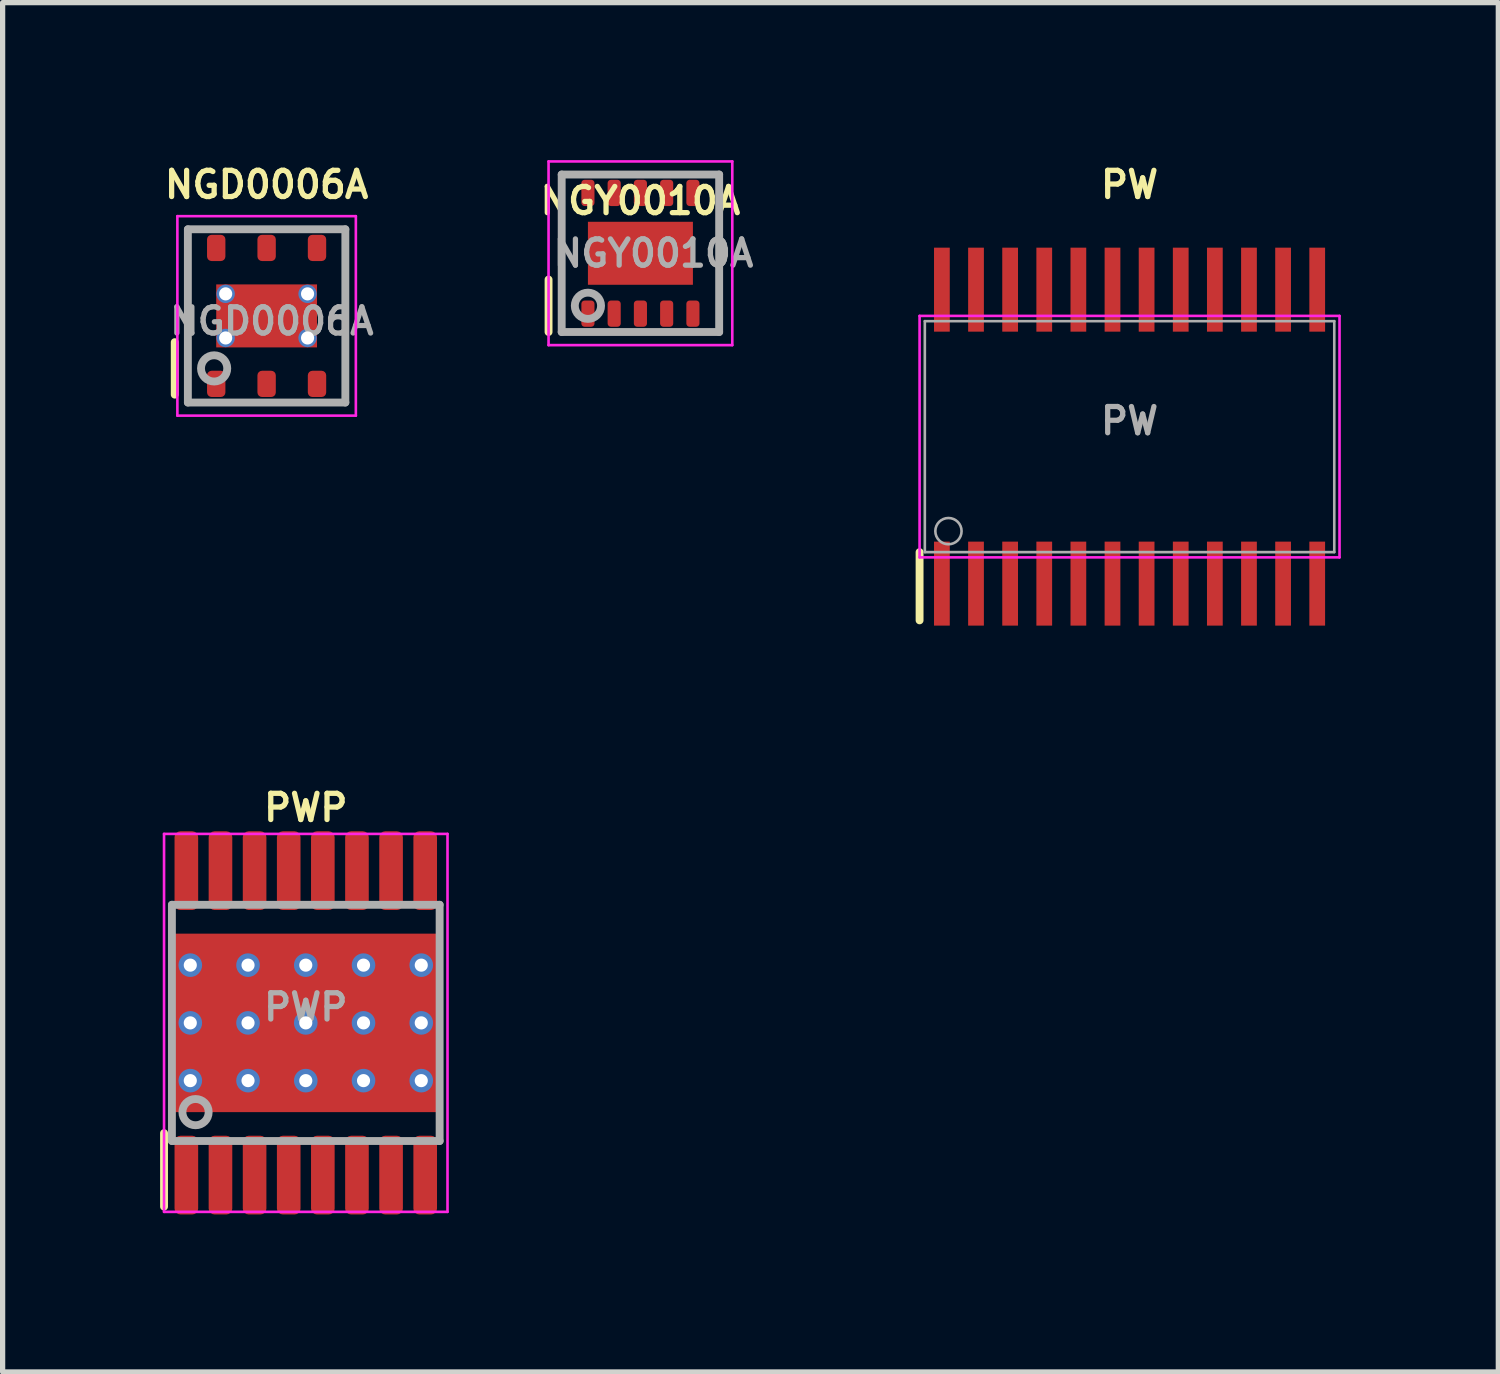
<source format=kicad_pcb>
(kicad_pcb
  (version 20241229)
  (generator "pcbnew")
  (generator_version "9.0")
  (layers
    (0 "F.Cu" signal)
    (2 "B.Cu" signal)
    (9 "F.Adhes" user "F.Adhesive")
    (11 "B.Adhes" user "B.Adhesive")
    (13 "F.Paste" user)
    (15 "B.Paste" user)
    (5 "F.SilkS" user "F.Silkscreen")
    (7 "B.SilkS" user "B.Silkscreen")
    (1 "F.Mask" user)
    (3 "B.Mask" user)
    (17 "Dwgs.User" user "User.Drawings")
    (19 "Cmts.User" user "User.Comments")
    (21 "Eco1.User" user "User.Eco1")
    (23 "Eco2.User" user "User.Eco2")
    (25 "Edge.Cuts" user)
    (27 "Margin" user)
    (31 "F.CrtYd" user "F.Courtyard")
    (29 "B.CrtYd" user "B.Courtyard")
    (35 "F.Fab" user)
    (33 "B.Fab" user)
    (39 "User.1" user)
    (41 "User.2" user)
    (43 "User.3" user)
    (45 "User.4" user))
  (footprint "NGY0010A"
    (layer "F.Cu")
    (at 9.15 1.775)
    (property "Reference" "NGY0010A" (at 0 -1 0) (layer "F.SilkS") (effects (font (size 0.5 0.5) (thickness 0.1))))
    (attr smd)
    (fp_line (start -1.75 1.5) (end -1.75 0.5) (stroke (width 0.15) (type solid)) (layer "F.SilkS"))
    (fp_line (start -1.75 -1.75) (end -1.75 1.75) (stroke (width 0.05) (type solid)) (layer "F.CrtYd"))
    (fp_line (start -1.75 1.75) (end 1.75 1.75) (stroke (width 0.05) (type solid)) (layer "F.CrtYd"))
    (fp_line (start 1.75 -1.75) (end -1.75 -1.75) (stroke (width 0.05) (type solid)) (layer "F.CrtYd"))
    (fp_line (start 1.75 1.75) (end 1.75 -1.75) (stroke (width 0.05) (type solid)) (layer "F.CrtYd"))
    (fp_line (start -1.5 -1.5) (end -1.5 1.5) (stroke (width 0.15) (type solid)) (layer "F.Fab"))
    (fp_line (start -1.5 -1.5) (end 1.5 -1.5) (stroke (width 0.15) (type solid)) (layer "F.Fab"))
    (fp_line (start -1.5 1.5) (end 1.5 1.5) (stroke (width 0.15) (type solid)) (layer "F.Fab"))
    (fp_line (start 1.5 -1.5) (end 1.5 1.5) (stroke (width 0.15) (type solid)) (layer "F.Fab"))
    (fp_circle (center -1 1) (end -0.75 1) (stroke (width 0.15) (type solid)) (fill no) (layer "F.Fab"))
    (fp_text user "${REFERENCE}" (at 0.25 0 0) (layer "F.Fab") (effects (font (size 0.5 0.5) (thickness 0.1))))
    (pad "1" smd roundrect (at -1 1.15) (size 0.25 0.5) (layers "F.Cu" "F.Mask" "F.Paste") (roundrect_rratio 0.25))
    (pad "2" smd roundrect (at -0.5 1.15) (size 0.25 0.5) (layers "F.Cu" "F.Mask" "F.Paste") (roundrect_rratio 0.25))
    (pad "3" smd roundrect (at 0 1.15) (size 0.25 0.5) (layers "F.Cu" "F.Mask" "F.Paste") (roundrect_rratio 0.25))
    (pad "4" smd roundrect (at 0.5 1.15) (size 0.25 0.5) (layers "F.Cu" "F.Mask" "F.Paste") (roundrect_rratio 0.25))
    (pad "5" smd roundrect (at 1 1.15) (size 0.25 0.5) (layers "F.Cu" "F.Mask" "F.Paste") (roundrect_rratio 0.25))
    (pad "6" smd roundrect (at 1 -1.15) (size 0.25 0.5) (layers "F.Cu" "F.Mask" "F.Paste") (roundrect_rratio 0.25))
    (pad "7" smd roundrect (at 0.5 -1.15) (size 0.25 0.5) (layers "F.Cu" "F.Mask" "F.Paste") (roundrect_rratio 0.25))
    (pad "8" smd roundrect (at 0 -1.15) (size 0.25 0.5) (layers "F.Cu" "F.Mask" "F.Paste") (roundrect_rratio 0.25))
    (pad "9" smd roundrect (at -0.5 -1.15) (size 0.25 0.5) (layers "F.Cu" "F.Mask" "F.Paste") (roundrect_rratio 0.25))
    (pad "10" smd roundrect (at -1 -1.15) (size 0.25 0.5) (layers "F.Cu" "F.Mask" "F.Paste") (roundrect_rratio 0.25))
    (pad "11" smd rect (at 0 0) (size 2 1.2) (layers "F.Cu" "F.Mask" "F.Paste")))
  (footprint "NGD0006A"
    (layer "F.Cu")
    (at 2.029 2.968)
    (property "Reference" "NGD0006A" (at 0 -2.5 0) (layer "F.SilkS") (effects (font (size 0.5 0.5) (thickness 0.1))))
    (attr smd)
    (fp_line (start -1.75 1.5) (end -1.75 0.5) (stroke (width 0.15) (type solid)) (layer "F.SilkS"))
    (fp_line (start -1.7 -1.9) (end -1.7 1.9) (stroke (width 0.05) (type solid)) (layer "F.CrtYd"))
    (fp_line (start -1.7 1.9) (end 1.7 1.9) (stroke (width 0.05) (type solid)) (layer "F.CrtYd"))
    (fp_line (start 1.7 -1.9) (end -1.7 -1.9) (stroke (width 0.05) (type solid)) (layer "F.CrtYd"))
    (fp_line (start 1.7 1.9) (end 1.7 -1.9) (stroke (width 0.05) (type solid)) (layer "F.CrtYd"))
    (fp_line (start -1.5 -1.65) (end -1.5 1.65) (stroke (width 0.15) (type solid)) (layer "F.Fab"))
    (fp_line (start -1.5 -1.65) (end 1.5 -1.65) (stroke (width 0.15) (type solid)) (layer "F.Fab"))
    (fp_line (start -1.5 1.65) (end 1.5 1.65) (stroke (width 0.15) (type solid)) (layer "F.Fab"))
    (fp_line (start 1.5 -1.65) (end 1.5 1.65) (stroke (width 0.15) (type solid)) (layer "F.Fab"))
    (fp_circle (center -1 1) (end -0.75 1) (stroke (width 0.15) (type solid)) (fill no) (layer "F.Fab"))
    (fp_text user "${REFERENCE}" (at 0.1 0.1 0) (layer "F.Fab") (effects (font (size 0.5 0.5) (thickness 0.1))))
    (pad "1" smd roundrect (at -0.96 1.295) (size 0.35 0.5) (layers "F.Cu" "F.Mask" "F.Paste") (roundrect_rratio 0.25))
    (pad "2" smd roundrect (at 0 1.295) (size 0.35 0.5) (layers "F.Cu" "F.Mask" "F.Paste") (roundrect_rratio 0.25))
    (pad "3" smd roundrect (at 0.96 1.295) (size 0.35 0.5) (layers "F.Cu" "F.Mask" "F.Paste") (roundrect_rratio 0.25))
    (pad "4" smd roundrect (at 0.96 -1.295) (size 0.35 0.5) (layers "F.Cu" "F.Mask" "F.Paste") (roundrect_rratio 0.25))
    (pad "5" smd roundrect (at 0 -1.295) (size 0.35 0.5) (layers "F.Cu" "F.Mask" "F.Paste") (roundrect_rratio 0.25))
    (pad "6" smd roundrect (at -0.96 -1.295) (size 0.35 0.5) (layers "F.Cu" "F.Mask" "F.Paste") (roundrect_rratio 0.25))
    (pad "7" thru_hole circle (at -0.78 -0.42) (size 0.35 0.35) (drill 0.25) (layers "*.Cu" "F.Mask"))
    (pad "7" thru_hole circle (at -0.78 0.42) (size 0.35 0.35) (drill 0.25) (layers "*.Cu" "F.Mask"))
    (pad "7" smd rect (at 0 0) (size 1.92 1.2) (layers "F.Cu" "F.Mask" "F.Paste"))
    (pad "7" thru_hole circle (at 0.78 -0.42) (size 0.35 0.35) (drill 0.25) (layers "*.Cu" "F.Mask"))
    (pad "7" thru_hole circle (at 0.78 0.42) (size 0.35 0.35) (drill 0.25) (layers "*.Cu" "F.Mask")))
  (footprint "PW"
    (layer "F.Cu")
    (at 18.468 5.268)
    (property "Reference" "PW" (at 0 -4.8 0) (layer "F.SilkS") (effects (font (size 0.5 0.5) (thickness 0.1))))
    (attr smd)
    (fp_line (start -4 3.5) (end -4 2.2) (stroke (width 0.15) (type solid)) (layer "F.SilkS"))
    (fp_line (start -4 -2.3) (end -4 2.3) (stroke (width 0.05) (type solid)) (layer "F.CrtYd"))
    (fp_line (start -4 2.3) (end 4 2.3) (stroke (width 0.05) (type solid)) (layer "F.CrtYd"))
    (fp_line (start 4 -2.3) (end -4 -2.3) (stroke (width 0.05) (type solid)) (layer "F.CrtYd"))
    (fp_line (start 4 2.3) (end 4 -2.3) (stroke (width 0.05) (type solid)) (layer "F.CrtYd"))
    (fp_line (start -3.9 -2.2) (end -3.9 2.2) (stroke (width 0.05) (type solid)) (layer "F.Fab"))
    (fp_line (start -3.9 -2.2) (end 3.9 -2.2) (stroke (width 0.05) (type solid)) (layer "F.Fab"))
    (fp_line (start -3.9 2.2) (end 3.9 2.2) (stroke (width 0.05) (type solid)) (layer "F.Fab"))
    (fp_line (start 3.9 -2.2) (end 3.9 2.2) (stroke (width 0.05) (type solid)) (layer "F.Fab"))
    (fp_circle (center -3.45 1.8) (end -3.2 1.8) (stroke (width 0.05) (type solid)) (fill no) (layer "F.Fab"))
    (fp_text user "${REFERENCE}" (at 0 -0.3 0) (layer "F.Fab") (effects (font (size 0.5 0.5) (thickness 0.1))))
    (pad "1" smd rect (at -3.575 2.8) (size 0.3 1.6) (layers "F.Cu" "F.Mask" "F.Paste"))
    (pad "2" smd rect (at -2.925 2.8) (size 0.3 1.6) (layers "F.Cu" "F.Mask" "F.Paste"))
    (pad "3" smd rect (at -2.275 2.8) (size 0.3 1.6) (layers "F.Cu" "F.Mask" "F.Paste"))
    (pad "4" smd rect (at -1.625 2.8) (size 0.3 1.6) (layers "F.Cu" "F.Mask" "F.Paste"))
    (pad "5" smd rect (at -0.975 2.8) (size 0.3 1.6) (layers "F.Cu" "F.Mask" "F.Paste"))
    (pad "6" smd rect (at -0.325 2.8) (size 0.3 1.6) (layers "F.Cu" "F.Mask" "F.Paste"))
    (pad "7" smd rect (at 0.325 2.8) (size 0.3 1.6) (layers "F.Cu" "F.Mask" "F.Paste"))
    (pad "8" smd rect (at 0.975 2.8) (size 0.3 1.6) (layers "F.Cu" "F.Mask" "F.Paste"))
    (pad "9" smd rect (at 1.625 2.8) (size 0.3 1.6) (layers "F.Cu" "F.Mask" "F.Paste"))
    (pad "10" smd rect (at 2.275 2.8) (size 0.3 1.6) (layers "F.Cu" "F.Mask" "F.Paste"))
    (pad "11" smd rect (at 2.925 2.8) (size 0.3 1.6) (layers "F.Cu" "F.Mask" "F.Paste"))
    (pad "12" smd rect (at 3.575 2.8) (size 0.3 1.6) (layers "F.Cu" "F.Mask" "F.Paste"))
    (pad "13" smd rect (at 3.575 -2.8) (size 0.3 1.6) (layers "F.Cu" "F.Mask" "F.Paste"))
    (pad "14" smd rect (at 2.925 -2.8) (size 0.3 1.6) (layers "F.Cu" "F.Mask" "F.Paste"))
    (pad "15" smd rect (at 2.275 -2.8) (size 0.3 1.6) (layers "F.Cu" "F.Mask" "F.Paste"))
    (pad "16" smd rect (at 1.625 -2.8) (size 0.3 1.6) (layers "F.Cu" "F.Mask" "F.Paste"))
    (pad "17" smd rect (at 0.975 -2.8) (size 0.3 1.6) (layers "F.Cu" "F.Mask" "F.Paste"))
    (pad "18" smd rect (at 0.325 -2.8) (size 0.3 1.6) (layers "F.Cu" "F.Mask" "F.Paste"))
    (pad "19" smd rect (at -0.325 -2.8) (size 0.3 1.6) (layers "F.Cu" "F.Mask" "F.Paste"))
    (pad "20" smd rect (at -0.975 -2.8) (size 0.3 1.6) (layers "F.Cu" "F.Mask" "F.Paste"))
    (pad "21" smd rect (at -1.625 -2.8) (size 0.3 1.6) (layers "F.Cu" "F.Mask" "F.Paste"))
    (pad "22" smd rect (at -2.275 -2.8) (size 0.3 1.6) (layers "F.Cu" "F.Mask" "F.Paste"))
    (pad "23" smd rect (at -2.925 -2.8) (size 0.3 1.6) (layers "F.Cu" "F.Mask" "F.Paste"))
    (pad "24" smd rect (at -3.575 -2.8) (size 0.3 1.6) (layers "F.Cu" "F.Mask" "F.Paste")))
  (footprint "PWP"
    (layer "F.Cu")
    (at 2.775 16.436)
    (property "Reference" "PWP" (at 0 -4.1 0) (layer "F.SilkS") (effects (font (size 0.5 0.5) (thickness 0.1))))
    (attr smd)
    (fp_line (start -2.7 3.5) (end -2.7 2.1) (stroke (width 0.15) (type solid)) (layer "F.SilkS"))
    (fp_line (start -2.7 -3.6) (end -2.7 3.6) (stroke (width 0.05) (type solid)) (layer "F.CrtYd"))
    (fp_line (start -2.7 3.6) (end 2.7 3.6) (stroke (width 0.05) (type solid)) (layer "F.CrtYd"))
    (fp_line (start 2.7 -3.6) (end -2.7 -3.6) (stroke (width 0.05) (type solid)) (layer "F.CrtYd"))
    (fp_line (start 2.7 3.6) (end 2.7 -3.6) (stroke (width 0.05) (type solid)) (layer "F.CrtYd"))
    (fp_line (start -2.55 -2.25) (end -2.55 2.25) (stroke (width 0.15) (type solid)) (layer "F.Fab"))
    (fp_line (start -2.55 -2.25) (end 2.55 -2.25) (stroke (width 0.15) (type solid)) (layer "F.Fab"))
    (fp_line (start -2.55 2.25) (end 2.55 2.25) (stroke (width 0.15) (type solid)) (layer "F.Fab"))
    (fp_line (start 2.55 -2.25) (end 2.55 2.25) (stroke (width 0.15) (type solid)) (layer "F.Fab"))
    (fp_circle (center -2.1 1.7) (end -1.85 1.7) (stroke (width 0.15) (type solid)) (fill no) (layer "F.Fab"))
    (fp_text user "${REFERENCE}" (at 0 -0.3 0) (layer "F.Fab") (effects (font (size 0.5 0.5) (thickness 0.1))))
    (pad "" smd roundrect (at 0 0) (size 3.29 2.41) (layers "F.Paste") (roundrect_rratio 0.25))
    (pad "" smd roundrect (at 0 0) (size 3.4 2.41) (layers "F.Mask") (roundrect_rratio 0.25))
    (pad "1" smd roundrect (at -2.275 2.9) (size 0.45 1.5) (layers "F.Cu" "F.Mask" "F.Paste") (roundrect_rratio 0.25))
    (pad "2" smd roundrect (at -1.625 2.9) (size 0.45 1.5) (layers "F.Cu" "F.Mask" "F.Paste") (roundrect_rratio 0.25))
    (pad "3" smd roundrect (at -0.975 2.9) (size 0.45 1.5) (layers "F.Cu" "F.Mask" "F.Paste") (roundrect_rratio 0.25))
    (pad "4" smd roundrect (at -0.325 2.9) (size 0.45 1.5) (layers "F.Cu" "F.Mask" "F.Paste") (roundrect_rratio 0.25))
    (pad "5" smd roundrect (at 0.325 2.9) (size 0.45 1.5) (layers "F.Cu" "F.Mask" "F.Paste") (roundrect_rratio 0.25))
    (pad "6" smd roundrect (at 0.975 2.9) (size 0.45 1.5) (layers "F.Cu" "F.Mask" "F.Paste") (roundrect_rratio 0.25))
    (pad "7" smd roundrect (at 1.625 2.9) (size 0.45 1.5) (layers "F.Cu" "F.Mask" "F.Paste") (roundrect_rratio 0.25))
    (pad "8" smd roundrect (at 2.275 2.9) (size 0.45 1.5) (layers "F.Cu" "F.Mask" "F.Paste") (roundrect_rratio 0.25))
    (pad "9" smd roundrect (at 2.275 -2.9) (size 0.45 1.5) (layers "F.Cu" "F.Mask" "F.Paste") (roundrect_rratio 0.25))
    (pad "10" smd roundrect (at 1.625 -2.9) (size 0.45 1.5) (layers "F.Cu" "F.Mask" "F.Paste") (roundrect_rratio 0.25))
    (pad "11" smd roundrect (at 0.975 -2.9) (size 0.45 1.5) (layers "F.Cu" "F.Mask" "F.Paste") (roundrect_rratio 0.25))
    (pad "12" smd roundrect (at 0.325 -2.9) (size 0.45 1.5) (layers "F.Cu" "F.Mask" "F.Paste") (roundrect_rratio 0.25))
    (pad "13" smd roundrect (at -0.325 -2.9) (size 0.45 1.5) (layers "F.Cu" "F.Mask" "F.Paste") (roundrect_rratio 0.25))
    (pad "14" smd roundrect (at -0.975 -2.9) (size 0.45 1.5) (layers "F.Cu" "F.Mask" "F.Paste") (roundrect_rratio 0.25))
    (pad "15" smd roundrect (at -1.625 -2.9) (size 0.45 1.5) (layers "F.Cu" "F.Mask" "F.Paste") (roundrect_rratio 0.25))
    (pad "16" smd roundrect (at -2.275 -2.9) (size 0.45 1.5) (layers "F.Cu" "F.Mask" "F.Paste") (roundrect_rratio 0.25))
    (pad "17" thru_hole circle (at -2.2 -1.1) (size 0.45 0.45) (drill 0.25) (layers "*.Cu"))
    (pad "17" thru_hole circle (at -2.2 0) (size 0.45 0.45) (drill 0.25) (layers "*.Cu"))
    (pad "17" thru_hole circle (at -2.2 1.1) (size 0.45 0.45) (drill 0.25) (layers "*.Cu"))
    (pad "17" thru_hole circle (at -1.1 -1.1) (size 0.45 0.45) (drill 0.25) (layers "*.Cu"))
    (pad "17" thru_hole circle (at -1.1 0) (size 0.45 0.45) (drill 0.25) (layers "*.Cu"))
    (pad "17" thru_hole circle (at -1.1 1.1) (size 0.45 0.45) (drill 0.25) (layers "*.Cu"))
    (pad "17" thru_hole circle (at 0 -1.1) (size 0.45 0.45) (drill 0.25) (layers "*.Cu"))
    (pad "17" thru_hole circle (at 0 0) (size 0.45 0.45) (drill 0.25) (layers "*.Cu"))
    (pad "17" smd rect (at 0 0) (size 5 3.4) (layers "F.Cu"))
    (pad "17" thru_hole circle (at 0 1.1) (size 0.45 0.45) (drill 0.25) (layers "*.Cu"))
    (pad "17" thru_hole circle (at 1.1 -1.1) (size 0.45 0.45) (drill 0.25) (layers "*.Cu"))
    (pad "17" thru_hole circle (at 1.1 0) (size 0.45 0.45) (drill 0.25) (layers "*.Cu"))
    (pad "17" thru_hole circle (at 1.1 1.1) (size 0.45 0.45) (drill 0.25) (layers "*.Cu"))
    (pad "17" thru_hole circle (at 2.2 -1.1) (size 0.45 0.45) (drill 0.25) (layers "*.Cu"))
    (pad "17" thru_hole circle (at 2.2 0) (size 0.45 0.45) (drill 0.25) (layers "*.Cu"))
    (pad "17" thru_hole circle (at 2.2 1.1) (size 0.45 0.45) (drill 0.25) (layers "*.Cu")))
  (gr_rect
    (start -3 -3)
    (end 25.493 23.086)
    (stroke (width 0.1) (type default))
    (fill no)
    (layer "Edge.Cuts")))
</source>
